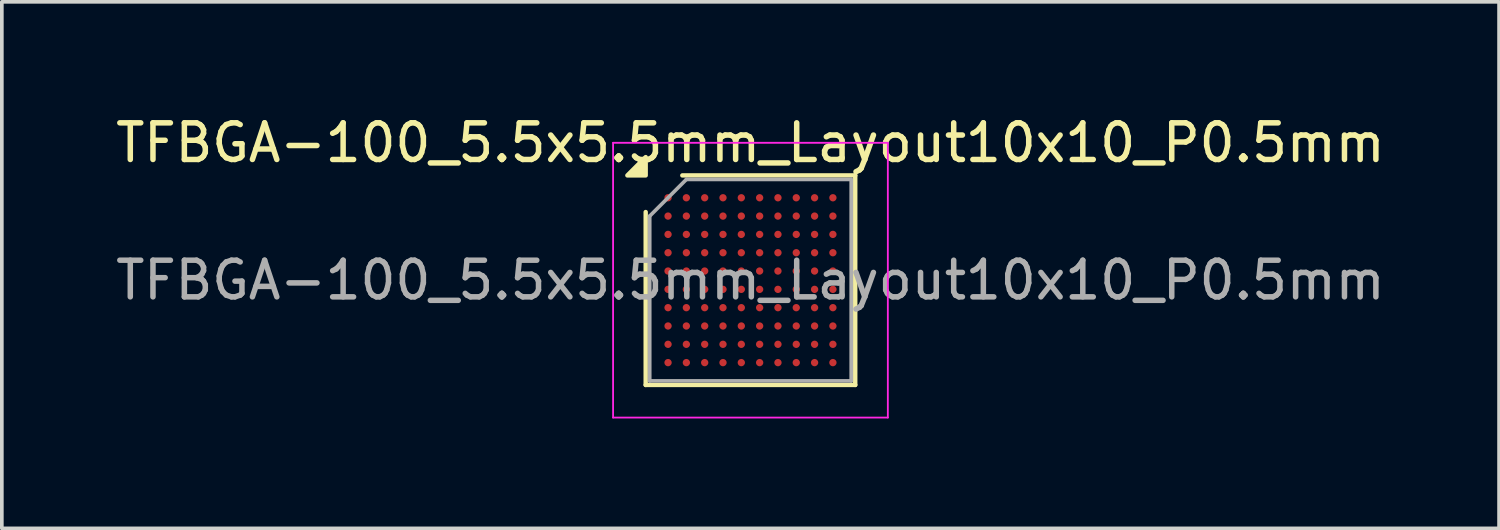
<source format=kicad_pcb>
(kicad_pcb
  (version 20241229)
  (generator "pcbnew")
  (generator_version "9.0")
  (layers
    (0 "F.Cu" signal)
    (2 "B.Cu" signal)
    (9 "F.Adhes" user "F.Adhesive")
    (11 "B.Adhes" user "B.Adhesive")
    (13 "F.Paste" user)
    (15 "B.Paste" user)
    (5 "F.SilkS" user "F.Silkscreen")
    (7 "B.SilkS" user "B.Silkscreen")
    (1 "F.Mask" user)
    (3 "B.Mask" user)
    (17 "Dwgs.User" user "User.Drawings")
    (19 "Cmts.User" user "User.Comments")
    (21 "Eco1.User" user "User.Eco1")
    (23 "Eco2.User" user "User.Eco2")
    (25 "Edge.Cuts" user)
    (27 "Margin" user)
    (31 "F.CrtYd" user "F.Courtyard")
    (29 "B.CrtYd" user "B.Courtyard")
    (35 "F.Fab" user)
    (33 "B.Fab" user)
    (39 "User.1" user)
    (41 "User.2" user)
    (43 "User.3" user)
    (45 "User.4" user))
  (footprint "TFBGA-100_5.5x5.5mm_Layout10x10_P0.5mm"
    (layer "F.Cu")
    (at 17.435 4.598)
    (property "Reference" "TFBGA-100_5.5x5.5mm_Layout10x10_P0.5mm" (at 0 -3.75 0) (layer "F.SilkS") (effects (font (size 1 1) (thickness 0.15))))
    (attr smd)
    (fp_line (start -2.86 2.86) (end -2.86 -1.86) (stroke (width 0.12) (type solid)) (layer "F.SilkS"))
    (fp_line (start -1.86 -2.86) (end 2.86 -2.86) (stroke (width 0.12) (type solid)) (layer "F.SilkS"))
    (fp_line (start 2.86 -2.86) (end 2.86 2.86) (stroke (width 0.12) (type solid)) (layer "F.SilkS"))
    (fp_line (start 2.86 2.86) (end -2.86 2.86) (stroke (width 0.12) (type solid)) (layer "F.SilkS"))
    (fp_poly (pts (xy -2.86 -2.86) (xy -3.36 -2.86) (xy -2.86 -3.36) (xy -2.86 -2.86)) (stroke (width 0.12) (type solid)) (fill yes) (layer "F.SilkS"))
    (fp_line (start -3.75 -3.75) (end -3.75 3.75) (stroke (width 0.05) (type solid)) (layer "F.CrtYd"))
    (fp_line (start -3.75 3.75) (end 3.75 3.75) (stroke (width 0.05) (type solid)) (layer "F.CrtYd"))
    (fp_line (start 3.75 -3.75) (end -3.75 -3.75) (stroke (width 0.05) (type solid)) (layer "F.CrtYd"))
    (fp_line (start 3.75 3.75) (end 3.75 -3.75) (stroke (width 0.05) (type solid)) (layer "F.CrtYd"))
    (fp_line (start -2.75 -1.75) (end -1.75 -2.75) (stroke (width 0.1) (type solid)) (layer "F.Fab"))
    (fp_line (start -2.75 2.75) (end -2.75 -1.75) (stroke (width 0.1) (type solid)) (layer "F.Fab"))
    (fp_line (start -1.75 -2.75) (end 2.75 -2.75) (stroke (width 0.1) (type solid)) (layer "F.Fab"))
    (fp_line (start 2.75 -2.75) (end 2.75 2.75) (stroke (width 0.1) (type solid)) (layer "F.Fab"))
    (fp_line (start 2.75 2.75) (end -2.75 2.75) (stroke (width 0.1) (type solid)) (layer "F.Fab"))
    (fp_text user "${REFERENCE}" (at 0 0 0) (layer "F.Fab") (effects (font (size 1 1) (thickness 0.15))))
    (pad "A1" smd circle (at -2.25 -2.25) (size 0.2 0.2) (property pad_prop_bga) (layers "F.Cu" "F.Mask" "F.Paste"))
    (pad "A2" smd circle (at -1.75 -2.25) (size 0.2 0.2) (property pad_prop_bga) (layers "F.Cu" "F.Mask" "F.Paste"))
    (pad "A3" smd circle (at -1.25 -2.25) (size 0.2 0.2) (property pad_prop_bga) (layers "F.Cu" "F.Mask" "F.Paste"))
    (pad "A4" smd circle (at -0.75 -2.25) (size 0.2 0.2) (property pad_prop_bga) (layers "F.Cu" "F.Mask" "F.Paste"))
    (pad "A5" smd circle (at -0.25 -2.25) (size 0.2 0.2) (property pad_prop_bga) (layers "F.Cu" "F.Mask" "F.Paste"))
    (pad "A6" smd circle (at 0.25 -2.25) (size 0.2 0.2) (property pad_prop_bga) (layers "F.Cu" "F.Mask" "F.Paste"))
    (pad "A7" smd circle (at 0.75 -2.25) (size 0.2 0.2) (property pad_prop_bga) (layers "F.Cu" "F.Mask" "F.Paste"))
    (pad "A8" smd circle (at 1.25 -2.25) (size 0.2 0.2) (property pad_prop_bga) (layers "F.Cu" "F.Mask" "F.Paste"))
    (pad "A9" smd circle (at 1.75 -2.25) (size 0.2 0.2) (property pad_prop_bga) (layers "F.Cu" "F.Mask" "F.Paste"))
    (pad "A10" smd circle (at 2.25 -2.25) (size 0.2 0.2) (property pad_prop_bga) (layers "F.Cu" "F.Mask" "F.Paste"))
    (pad "B1" smd circle (at -2.25 -1.75) (size 0.2 0.2) (property pad_prop_bga) (layers "F.Cu" "F.Mask" "F.Paste"))
    (pad "B2" smd circle (at -1.75 -1.75) (size 0.2 0.2) (property pad_prop_bga) (layers "F.Cu" "F.Mask" "F.Paste"))
    (pad "B3" smd circle (at -1.25 -1.75) (size 0.2 0.2) (property pad_prop_bga) (layers "F.Cu" "F.Mask" "F.Paste"))
    (pad "B4" smd circle (at -0.75 -1.75) (size 0.2 0.2) (property pad_prop_bga) (layers "F.Cu" "F.Mask" "F.Paste"))
    (pad "B5" smd circle (at -0.25 -1.75) (size 0.2 0.2) (property pad_prop_bga) (layers "F.Cu" "F.Mask" "F.Paste"))
    (pad "B6" smd circle (at 0.25 -1.75) (size 0.2 0.2) (property pad_prop_bga) (layers "F.Cu" "F.Mask" "F.Paste"))
    (pad "B7" smd circle (at 0.75 -1.75) (size 0.2 0.2) (property pad_prop_bga) (layers "F.Cu" "F.Mask" "F.Paste"))
    (pad "B8" smd circle (at 1.25 -1.75) (size 0.2 0.2) (property pad_prop_bga) (layers "F.Cu" "F.Mask" "F.Paste"))
    (pad "B9" smd circle (at 1.75 -1.75) (size 0.2 0.2) (property pad_prop_bga) (layers "F.Cu" "F.Mask" "F.Paste"))
    (pad "B10" smd circle (at 2.25 -1.75) (size 0.2 0.2) (property pad_prop_bga) (layers "F.Cu" "F.Mask" "F.Paste"))
    (pad "C1" smd circle (at -2.25 -1.25) (size 0.2 0.2) (property pad_prop_bga) (layers "F.Cu" "F.Mask" "F.Paste"))
    (pad "C2" smd circle (at -1.75 -1.25) (size 0.2 0.2) (property pad_prop_bga) (layers "F.Cu" "F.Mask" "F.Paste"))
    (pad "C3" smd circle (at -1.25 -1.25) (size 0.2 0.2) (property pad_prop_bga) (layers "F.Cu" "F.Mask" "F.Paste"))
    (pad "C4" smd circle (at -0.75 -1.25) (size 0.2 0.2) (property pad_prop_bga) (layers "F.Cu" "F.Mask" "F.Paste"))
    (pad "C5" smd circle (at -0.25 -1.25) (size 0.2 0.2) (property pad_prop_bga) (layers "F.Cu" "F.Mask" "F.Paste"))
    (pad "C6" smd circle (at 0.25 -1.25) (size 0.2 0.2) (property pad_prop_bga) (layers "F.Cu" "F.Mask" "F.Paste"))
    (pad "C7" smd circle (at 0.75 -1.25) (size 0.2 0.2) (property pad_prop_bga) (layers "F.Cu" "F.Mask" "F.Paste"))
    (pad "C8" smd circle (at 1.25 -1.25) (size 0.2 0.2) (property pad_prop_bga) (layers "F.Cu" "F.Mask" "F.Paste"))
    (pad "C9" smd circle (at 1.75 -1.25) (size 0.2 0.2) (property pad_prop_bga) (layers "F.Cu" "F.Mask" "F.Paste"))
    (pad "C10" smd circle (at 2.25 -1.25) (size 0.2 0.2) (property pad_prop_bga) (layers "F.Cu" "F.Mask" "F.Paste"))
    (pad "D1" smd circle (at -2.25 -0.75) (size 0.2 0.2) (property pad_prop_bga) (layers "F.Cu" "F.Mask" "F.Paste"))
    (pad "D2" smd circle (at -1.75 -0.75) (size 0.2 0.2) (property pad_prop_bga) (layers "F.Cu" "F.Mask" "F.Paste"))
    (pad "D3" smd circle (at -1.25 -0.75) (size 0.2 0.2) (property pad_prop_bga) (layers "F.Cu" "F.Mask" "F.Paste"))
    (pad "D4" smd circle (at -0.75 -0.75) (size 0.2 0.2) (property pad_prop_bga) (layers "F.Cu" "F.Mask" "F.Paste"))
    (pad "D5" smd circle (at -0.25 -0.75) (size 0.2 0.2) (property pad_prop_bga) (layers "F.Cu" "F.Mask" "F.Paste"))
    (pad "D6" smd circle (at 0.25 -0.75) (size 0.2 0.2) (property pad_prop_bga) (layers "F.Cu" "F.Mask" "F.Paste"))
    (pad "D7" smd circle (at 0.75 -0.75) (size 0.2 0.2) (property pad_prop_bga) (layers "F.Cu" "F.Mask" "F.Paste"))
    (pad "D8" smd circle (at 1.25 -0.75) (size 0.2 0.2) (property pad_prop_bga) (layers "F.Cu" "F.Mask" "F.Paste"))
    (pad "D9" smd circle (at 1.75 -0.75) (size 0.2 0.2) (property pad_prop_bga) (layers "F.Cu" "F.Mask" "F.Paste"))
    (pad "D10" smd circle (at 2.25 -0.75) (size 0.2 0.2) (property pad_prop_bga) (layers "F.Cu" "F.Mask" "F.Paste"))
    (pad "E1" smd circle (at -2.25 -0.25) (size 0.2 0.2) (property pad_prop_bga) (layers "F.Cu" "F.Mask" "F.Paste"))
    (pad "E2" smd circle (at -1.75 -0.25) (size 0.2 0.2) (property pad_prop_bga) (layers "F.Cu" "F.Mask" "F.Paste"))
    (pad "E3" smd circle (at -1.25 -0.25) (size 0.2 0.2) (property pad_prop_bga) (layers "F.Cu" "F.Mask" "F.Paste"))
    (pad "E4" smd circle (at -0.75 -0.25) (size 0.2 0.2) (property pad_prop_bga) (layers "F.Cu" "F.Mask" "F.Paste"))
    (pad "E5" smd circle (at -0.25 -0.25) (size 0.2 0.2) (property pad_prop_bga) (layers "F.Cu" "F.Mask" "F.Paste"))
    (pad "E6" smd circle (at 0.25 -0.25) (size 0.2 0.2) (property pad_prop_bga) (layers "F.Cu" "F.Mask" "F.Paste"))
    (pad "E7" smd circle (at 0.75 -0.25) (size 0.2 0.2) (property pad_prop_bga) (layers "F.Cu" "F.Mask" "F.Paste"))
    (pad "E8" smd circle (at 1.25 -0.25) (size 0.2 0.2) (property pad_prop_bga) (layers "F.Cu" "F.Mask" "F.Paste"))
    (pad "E9" smd circle (at 1.75 -0.25) (size 0.2 0.2) (property pad_prop_bga) (layers "F.Cu" "F.Mask" "F.Paste"))
    (pad "E10" smd circle (at 2.25 -0.25) (size 0.2 0.2) (property pad_prop_bga) (layers "F.Cu" "F.Mask" "F.Paste"))
    (pad "F1" smd circle (at -2.25 0.25) (size 0.2 0.2) (property pad_prop_bga) (layers "F.Cu" "F.Mask" "F.Paste"))
    (pad "F2" smd circle (at -1.75 0.25) (size 0.2 0.2) (property pad_prop_bga) (layers "F.Cu" "F.Mask" "F.Paste"))
    (pad "F3" smd circle (at -1.25 0.25) (size 0.2 0.2) (property pad_prop_bga) (layers "F.Cu" "F.Mask" "F.Paste"))
    (pad "F4" smd circle (at -0.75 0.25) (size 0.2 0.2) (property pad_prop_bga) (layers "F.Cu" "F.Mask" "F.Paste"))
    (pad "F5" smd circle (at -0.25 0.25) (size 0.2 0.2) (property pad_prop_bga) (layers "F.Cu" "F.Mask" "F.Paste"))
    (pad "F6" smd circle (at 0.25 0.25) (size 0.2 0.2) (property pad_prop_bga) (layers "F.Cu" "F.Mask" "F.Paste"))
    (pad "F7" smd circle (at 0.75 0.25) (size 0.2 0.2) (property pad_prop_bga) (layers "F.Cu" "F.Mask" "F.Paste"))
    (pad "F8" smd circle (at 1.25 0.25) (size 0.2 0.2) (property pad_prop_bga) (layers "F.Cu" "F.Mask" "F.Paste"))
    (pad "F9" smd circle (at 1.75 0.25) (size 0.2 0.2) (property pad_prop_bga) (layers "F.Cu" "F.Mask" "F.Paste"))
    (pad "F10" smd circle (at 2.25 0.25) (size 0.2 0.2) (property pad_prop_bga) (layers "F.Cu" "F.Mask" "F.Paste"))
    (pad "G1" smd circle (at -2.25 0.75) (size 0.2 0.2) (property pad_prop_bga) (layers "F.Cu" "F.Mask" "F.Paste"))
    (pad "G2" smd circle (at -1.75 0.75) (size 0.2 0.2) (property pad_prop_bga) (layers "F.Cu" "F.Mask" "F.Paste"))
    (pad "G3" smd circle (at -1.25 0.75) (size 0.2 0.2) (property pad_prop_bga) (layers "F.Cu" "F.Mask" "F.Paste"))
    (pad "G4" smd circle (at -0.75 0.75) (size 0.2 0.2) (property pad_prop_bga) (layers "F.Cu" "F.Mask" "F.Paste"))
    (pad "G5" smd circle (at -0.25 0.75) (size 0.2 0.2) (property pad_prop_bga) (layers "F.Cu" "F.Mask" "F.Paste"))
    (pad "G6" smd circle (at 0.25 0.75) (size 0.2 0.2) (property pad_prop_bga) (layers "F.Cu" "F.Mask" "F.Paste"))
    (pad "G7" smd circle (at 0.75 0.75) (size 0.2 0.2) (property pad_prop_bga) (layers "F.Cu" "F.Mask" "F.Paste"))
    (pad "G8" smd circle (at 1.25 0.75) (size 0.2 0.2) (property pad_prop_bga) (layers "F.Cu" "F.Mask" "F.Paste"))
    (pad "G9" smd circle (at 1.75 0.75) (size 0.2 0.2) (property pad_prop_bga) (layers "F.Cu" "F.Mask" "F.Paste"))
    (pad "G10" smd circle (at 2.25 0.75) (size 0.2 0.2) (property pad_prop_bga) (layers "F.Cu" "F.Mask" "F.Paste"))
    (pad "H1" smd circle (at -2.25 1.25) (size 0.2 0.2) (property pad_prop_bga) (layers "F.Cu" "F.Mask" "F.Paste"))
    (pad "H2" smd circle (at -1.75 1.25) (size 0.2 0.2) (property pad_prop_bga) (layers "F.Cu" "F.Mask" "F.Paste"))
    (pad "H3" smd circle (at -1.25 1.25) (size 0.2 0.2) (property pad_prop_bga) (layers "F.Cu" "F.Mask" "F.Paste"))
    (pad "H4" smd circle (at -0.75 1.25) (size 0.2 0.2) (property pad_prop_bga) (layers "F.Cu" "F.Mask" "F.Paste"))
    (pad "H5" smd circle (at -0.25 1.25) (size 0.2 0.2) (property pad_prop_bga) (layers "F.Cu" "F.Mask" "F.Paste"))
    (pad "H6" smd circle (at 0.25 1.25) (size 0.2 0.2) (property pad_prop_bga) (layers "F.Cu" "F.Mask" "F.Paste"))
    (pad "H7" smd circle (at 0.75 1.25) (size 0.2 0.2) (property pad_prop_bga) (layers "F.Cu" "F.Mask" "F.Paste"))
    (pad "H8" smd circle (at 1.25 1.25) (size 0.2 0.2) (property pad_prop_bga) (layers "F.Cu" "F.Mask" "F.Paste"))
    (pad "H9" smd circle (at 1.75 1.25) (size 0.2 0.2) (property pad_prop_bga) (layers "F.Cu" "F.Mask" "F.Paste"))
    (pad "H10" smd circle (at 2.25 1.25) (size 0.2 0.2) (property pad_prop_bga) (layers "F.Cu" "F.Mask" "F.Paste"))
    (pad "J1" smd circle (at -2.25 1.75) (size 0.2 0.2) (property pad_prop_bga) (layers "F.Cu" "F.Mask" "F.Paste"))
    (pad "J2" smd circle (at -1.75 1.75) (size 0.2 0.2) (property pad_prop_bga) (layers "F.Cu" "F.Mask" "F.Paste"))
    (pad "J3" smd circle (at -1.25 1.75) (size 0.2 0.2) (property pad_prop_bga) (layers "F.Cu" "F.Mask" "F.Paste"))
    (pad "J4" smd circle (at -0.75 1.75) (size 0.2 0.2) (property pad_prop_bga) (layers "F.Cu" "F.Mask" "F.Paste"))
    (pad "J5" smd circle (at -0.25 1.75) (size 0.2 0.2) (property pad_prop_bga) (layers "F.Cu" "F.Mask" "F.Paste"))
    (pad "J6" smd circle (at 0.25 1.75) (size 0.2 0.2) (property pad_prop_bga) (layers "F.Cu" "F.Mask" "F.Paste"))
    (pad "J7" smd circle (at 0.75 1.75) (size 0.2 0.2) (property pad_prop_bga) (layers "F.Cu" "F.Mask" "F.Paste"))
    (pad "J8" smd circle (at 1.25 1.75) (size 0.2 0.2) (property pad_prop_bga) (layers "F.Cu" "F.Mask" "F.Paste"))
    (pad "J9" smd circle (at 1.75 1.75) (size 0.2 0.2) (property pad_prop_bga) (layers "F.Cu" "F.Mask" "F.Paste"))
    (pad "J10" smd circle (at 2.25 1.75) (size 0.2 0.2) (property pad_prop_bga) (layers "F.Cu" "F.Mask" "F.Paste"))
    (pad "K1" smd circle (at -2.25 2.25) (size 0.2 0.2) (property pad_prop_bga) (layers "F.Cu" "F.Mask" "F.Paste"))
    (pad "K2" smd circle (at -1.75 2.25) (size 0.2 0.2) (property pad_prop_bga) (layers "F.Cu" "F.Mask" "F.Paste"))
    (pad "K3" smd circle (at -1.25 2.25) (size 0.2 0.2) (property pad_prop_bga) (layers "F.Cu" "F.Mask" "F.Paste"))
    (pad "K4" smd circle (at -0.75 2.25) (size 0.2 0.2) (property pad_prop_bga) (layers "F.Cu" "F.Mask" "F.Paste"))
    (pad "K5" smd circle (at -0.25 2.25) (size 0.2 0.2) (property pad_prop_bga) (layers "F.Cu" "F.Mask" "F.Paste"))
    (pad "K6" smd circle (at 0.25 2.25) (size 0.2 0.2) (property pad_prop_bga) (layers "F.Cu" "F.Mask" "F.Paste"))
    (pad "K7" smd circle (at 0.75 2.25) (size 0.2 0.2) (property pad_prop_bga) (layers "F.Cu" "F.Mask" "F.Paste"))
    (pad "K8" smd circle (at 1.25 2.25) (size 0.2 0.2) (property pad_prop_bga) (layers "F.Cu" "F.Mask" "F.Paste"))
    (pad "K9" smd circle (at 1.75 2.25) (size 0.2 0.2) (property pad_prop_bga) (layers "F.Cu" "F.Mask" "F.Paste"))
    (pad "K10" smd circle (at 2.25 2.25) (size 0.2 0.2) (property pad_prop_bga) (layers "F.Cu" "F.Mask" "F.Paste")))
  (gr_rect
    (start -3 -3)
    (end 37.869 11.373)
    (stroke (width 0.1) (type default))
    (fill no)
    (layer "Edge.Cuts")))
</source>
